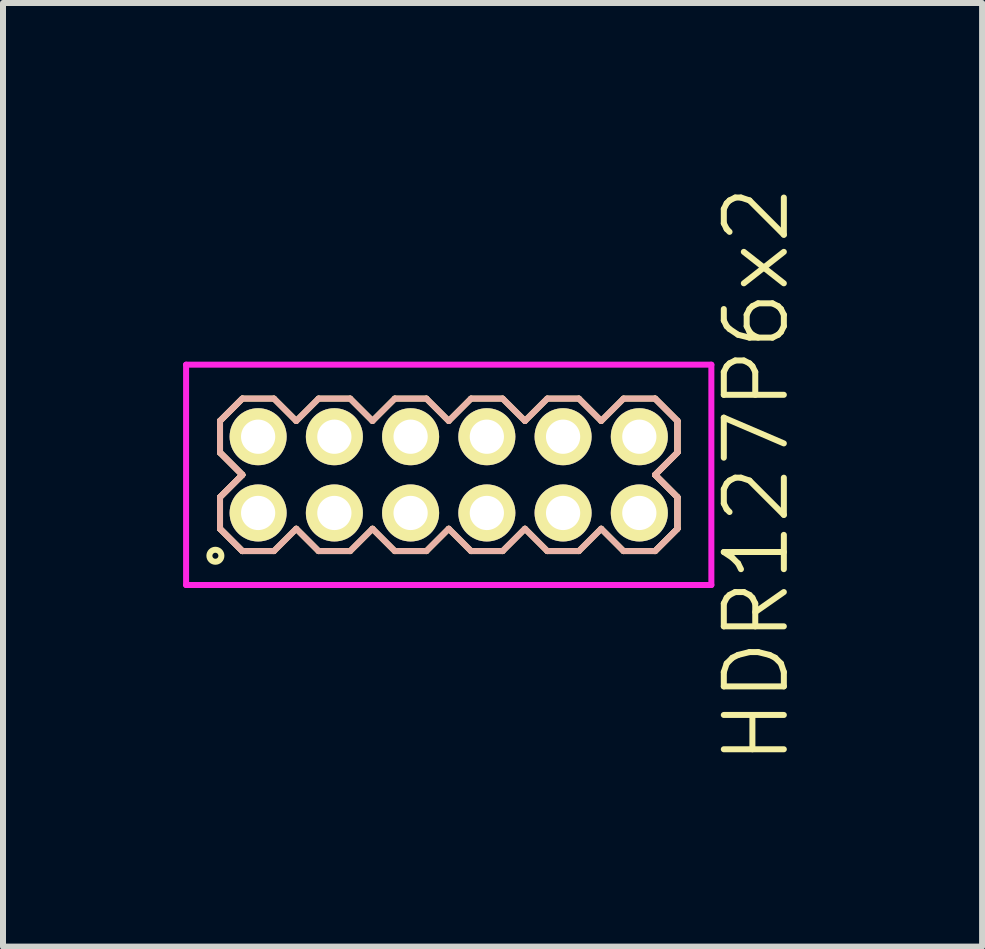
<source format=kicad_pcb>
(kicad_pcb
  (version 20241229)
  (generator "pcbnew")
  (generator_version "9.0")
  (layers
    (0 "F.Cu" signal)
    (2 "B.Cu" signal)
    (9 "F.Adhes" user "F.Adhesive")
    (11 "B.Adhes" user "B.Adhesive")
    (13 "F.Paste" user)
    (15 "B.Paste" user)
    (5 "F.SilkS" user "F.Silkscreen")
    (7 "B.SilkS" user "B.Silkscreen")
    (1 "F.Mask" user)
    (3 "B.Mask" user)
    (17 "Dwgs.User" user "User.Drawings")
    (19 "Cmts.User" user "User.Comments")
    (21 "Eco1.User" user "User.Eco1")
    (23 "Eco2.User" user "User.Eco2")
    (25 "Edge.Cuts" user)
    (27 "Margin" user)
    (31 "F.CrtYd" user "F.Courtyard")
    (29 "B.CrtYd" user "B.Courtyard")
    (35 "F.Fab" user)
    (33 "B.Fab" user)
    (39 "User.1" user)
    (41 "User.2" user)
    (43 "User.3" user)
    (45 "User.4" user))
  (footprint "HDR127P6x2"
    (layer "F.Cu")
    (at 4.425 4.86)
    (property "Reference" "HDR127P6x2" (at 5.125 0 90) (layer "F.SilkS") (effects (font (size 1 1) (thickness 0.1))))
    (attr through_hole)
    (fp_line (start -3.81 -0.898) (end -3.438 -1.27) (stroke (width 0.1) (type solid)) (layer "F.SilkS"))
    (fp_line (start -3.81 -0.898) (end -3.438 -1.27) (stroke (width 0.1) (type solid)) (layer "F.SilkS"))
    (fp_line (start -3.81 -0.372) (end -3.81 -0.898) (stroke (width 0.1) (type solid)) (layer "F.SilkS"))
    (fp_line (start -3.81 -0.372) (end -3.81 -0.898) (stroke (width 0.1) (type solid)) (layer "F.SilkS"))
    (fp_line (start -3.81 0.372) (end -3.438 0) (stroke (width 0.1) (type solid)) (layer "F.SilkS"))
    (fp_line (start -3.81 0.372) (end -3.438 0) (stroke (width 0.1) (type solid)) (layer "F.SilkS"))
    (fp_line (start -3.81 0.898) (end -3.81 0.372) (stroke (width 0.1) (type solid)) (layer "F.SilkS"))
    (fp_line (start -3.81 0.898) (end -3.81 0.372) (stroke (width 0.1) (type solid)) (layer "F.SilkS"))
    (fp_line (start -3.438 -1.27) (end -2.912 -1.27) (stroke (width 0.1) (type solid)) (layer "F.SilkS"))
    (fp_line (start -3.438 0) (end -3.81 -0.372) (stroke (width 0.1) (type solid)) (layer "F.SilkS"))
    (fp_line (start -3.438 0) (end -3.81 -0.372) (stroke (width 0.1) (type solid)) (layer "F.SilkS"))
    (fp_line (start -3.438 1.27) (end -3.81 0.898) (stroke (width 0.1) (type solid)) (layer "F.SilkS"))
    (fp_line (start -3.438 1.27) (end -3.81 0.898) (stroke (width 0.1) (type solid)) (layer "F.SilkS"))
    (fp_line (start -2.912 -1.27) (end -2.54 -0.898) (stroke (width 0.1) (type solid)) (layer "F.SilkS"))
    (fp_line (start -2.912 1.27) (end -3.438 1.27) (stroke (width 0.1) (type solid)) (layer "F.SilkS"))
    (fp_line (start -2.54 -0.898) (end -2.168 -1.27) (stroke (width 0.1) (type solid)) (layer "F.SilkS"))
    (fp_line (start -2.54 0.898) (end -2.912 1.27) (stroke (width 0.1) (type solid)) (layer "F.SilkS"))
    (fp_line (start -2.168 -1.27) (end -1.642 -1.27) (stroke (width 0.1) (type solid)) (layer "F.SilkS"))
    (fp_line (start -2.168 1.27) (end -2.54 0.898) (stroke (width 0.1) (type solid)) (layer "F.SilkS"))
    (fp_line (start -1.642 -1.27) (end -1.27 -0.898) (stroke (width 0.1) (type solid)) (layer "F.SilkS"))
    (fp_line (start -1.642 1.27) (end -2.168 1.27) (stroke (width 0.1) (type solid)) (layer "F.SilkS"))
    (fp_line (start -1.27 -0.898) (end -0.898 -1.27) (stroke (width 0.1) (type solid)) (layer "F.SilkS"))
    (fp_line (start -1.27 0.898) (end -1.642 1.27) (stroke (width 0.1) (type solid)) (layer "F.SilkS"))
    (fp_line (start -0.898 -1.27) (end -0.372 -1.27) (stroke (width 0.1) (type solid)) (layer "F.SilkS"))
    (fp_line (start -0.898 1.27) (end -1.27 0.898) (stroke (width 0.1) (type solid)) (layer "F.SilkS"))
    (fp_line (start -0.372 -1.27) (end 0 -0.898) (stroke (width 0.1) (type solid)) (layer "F.SilkS"))
    (fp_line (start -0.372 1.27) (end -0.898 1.27) (stroke (width 0.1) (type solid)) (layer "F.SilkS"))
    (fp_line (start 0 -0.898) (end 0.372 -1.27) (stroke (width 0.1) (type solid)) (layer "F.SilkS"))
    (fp_line (start 0 0.898) (end -0.372 1.27) (stroke (width 0.1) (type solid)) (layer "F.SilkS"))
    (fp_line (start 0.372 -1.27) (end 0.898 -1.27) (stroke (width 0.1) (type solid)) (layer "F.SilkS"))
    (fp_line (start 0.372 1.27) (end 0 0.898) (stroke (width 0.1) (type solid)) (layer "F.SilkS"))
    (fp_line (start 0.898 -1.27) (end 1.27 -0.898) (stroke (width 0.1) (type solid)) (layer "F.SilkS"))
    (fp_line (start 0.898 1.27) (end 0.372 1.27) (stroke (width 0.1) (type solid)) (layer "F.SilkS"))
    (fp_line (start 1.27 -0.898) (end 1.642 -1.27) (stroke (width 0.1) (type solid)) (layer "F.SilkS"))
    (fp_line (start 1.27 0.898) (end 0.898 1.27) (stroke (width 0.1) (type solid)) (layer "F.SilkS"))
    (fp_line (start 1.642 -1.27) (end 2.168 -1.27) (stroke (width 0.1) (type solid)) (layer "F.SilkS"))
    (fp_line (start 1.642 1.27) (end 1.27 0.898) (stroke (width 0.1) (type solid)) (layer "F.SilkS"))
    (fp_line (start 2.168 -1.27) (end 2.54 -0.898) (stroke (width 0.1) (type solid)) (layer "F.SilkS"))
    (fp_line (start 2.168 1.27) (end 1.642 1.27) (stroke (width 0.1) (type solid)) (layer "F.SilkS"))
    (fp_line (start 2.54 -0.898) (end 2.912 -1.27) (stroke (width 0.1) (type solid)) (layer "F.SilkS"))
    (fp_line (start 2.54 0.898) (end 2.168 1.27) (stroke (width 0.1) (type solid)) (layer "F.SilkS"))
    (fp_line (start 2.912 -1.27) (end 3.438 -1.27) (stroke (width 0.1) (type solid)) (layer "F.SilkS"))
    (fp_line (start 2.912 1.27) (end 2.54 0.898) (stroke (width 0.1) (type solid)) (layer "F.SilkS"))
    (fp_line (start 3.438 -1.27) (end 3.81 -0.898) (stroke (width 0.1) (type solid)) (layer "F.SilkS"))
    (fp_line (start 3.438 -1.27) (end 3.81 -0.898) (stroke (width 0.1) (type solid)) (layer "F.SilkS"))
    (fp_line (start 3.438 0) (end 3.81 0.372) (stroke (width 0.1) (type solid)) (layer "F.SilkS"))
    (fp_line (start 3.438 0) (end 3.81 0.372) (stroke (width 0.1) (type solid)) (layer "F.SilkS"))
    (fp_line (start 3.438 1.27) (end 2.912 1.27) (stroke (width 0.1) (type solid)) (layer "F.SilkS"))
    (fp_line (start 3.81 -0.898) (end 3.81 -0.372) (stroke (width 0.1) (type solid)) (layer "F.SilkS"))
    (fp_line (start 3.81 -0.898) (end 3.81 -0.372) (stroke (width 0.1) (type solid)) (layer "F.SilkS"))
    (fp_line (start 3.81 -0.372) (end 3.438 0) (stroke (width 0.1) (type solid)) (layer "F.SilkS"))
    (fp_line (start 3.81 -0.372) (end 3.438 0) (stroke (width 0.1) (type solid)) (layer "F.SilkS"))
    (fp_line (start 3.81 0.372) (end 3.81 0.898) (stroke (width 0.1) (type solid)) (layer "F.SilkS"))
    (fp_line (start 3.81 0.372) (end 3.81 0.898) (stroke (width 0.1) (type solid)) (layer "F.SilkS"))
    (fp_line (start 3.81 0.898) (end 3.438 1.27) (stroke (width 0.1) (type solid)) (layer "F.SilkS"))
    (fp_line (start 3.81 0.898) (end 3.438 1.27) (stroke (width 0.1) (type solid)) (layer "F.SilkS"))
    (fp_circle (center -3.887 1.348) (end -3.787 1.348) (stroke (width 0.1) (type solid)) (fill no) (layer "F.SilkS"))
    (fp_line (start -3.81 -0.898) (end -3.438 -1.27) (stroke (width 0.1) (type solid)) (layer "B.SilkS"))
    (fp_line (start -3.81 -0.898) (end -3.438 -1.27) (stroke (width 0.1) (type solid)) (layer "B.SilkS"))
    (fp_line (start -3.81 -0.372) (end -3.81 -0.898) (stroke (width 0.1) (type solid)) (layer "B.SilkS"))
    (fp_line (start -3.81 -0.372) (end -3.81 -0.898) (stroke (width 0.1) (type solid)) (layer "B.SilkS"))
    (fp_line (start -3.81 0.372) (end -3.438 0) (stroke (width 0.1) (type solid)) (layer "B.SilkS"))
    (fp_line (start -3.81 0.372) (end -3.438 0) (stroke (width 0.1) (type solid)) (layer "B.SilkS"))
    (fp_line (start -3.81 0.898) (end -3.81 0.372) (stroke (width 0.1) (type solid)) (layer "B.SilkS"))
    (fp_line (start -3.81 0.898) (end -3.81 0.372) (stroke (width 0.1) (type solid)) (layer "B.SilkS"))
    (fp_line (start -3.438 -1.27) (end -2.912 -1.27) (stroke (width 0.1) (type solid)) (layer "B.SilkS"))
    (fp_line (start -3.438 0) (end -3.81 -0.372) (stroke (width 0.1) (type solid)) (layer "B.SilkS"))
    (fp_line (start -3.438 0) (end -3.81 -0.372) (stroke (width 0.1) (type solid)) (layer "B.SilkS"))
    (fp_line (start -3.438 1.27) (end -3.81 0.898) (stroke (width 0.1) (type solid)) (layer "B.SilkS"))
    (fp_line (start -3.438 1.27) (end -3.81 0.898) (stroke (width 0.1) (type solid)) (layer "B.SilkS"))
    (fp_line (start -2.912 -1.27) (end -2.54 -0.898) (stroke (width 0.1) (type solid)) (layer "B.SilkS"))
    (fp_line (start -2.912 1.27) (end -3.438 1.27) (stroke (width 0.1) (type solid)) (layer "B.SilkS"))
    (fp_line (start -2.54 -0.898) (end -2.168 -1.27) (stroke (width 0.1) (type solid)) (layer "B.SilkS"))
    (fp_line (start -2.54 0.898) (end -2.912 1.27) (stroke (width 0.1) (type solid)) (layer "B.SilkS"))
    (fp_line (start -2.168 -1.27) (end -1.642 -1.27) (stroke (width 0.1) (type solid)) (layer "B.SilkS"))
    (fp_line (start -2.168 1.27) (end -2.54 0.898) (stroke (width 0.1) (type solid)) (layer "B.SilkS"))
    (fp_line (start -1.642 -1.27) (end -1.27 -0.898) (stroke (width 0.1) (type solid)) (layer "B.SilkS"))
    (fp_line (start -1.642 1.27) (end -2.168 1.27) (stroke (width 0.1) (type solid)) (layer "B.SilkS"))
    (fp_line (start -1.27 -0.898) (end -0.898 -1.27) (stroke (width 0.1) (type solid)) (layer "B.SilkS"))
    (fp_line (start -1.27 0.898) (end -1.642 1.27) (stroke (width 0.1) (type solid)) (layer "B.SilkS"))
    (fp_line (start -0.898 -1.27) (end -0.372 -1.27) (stroke (width 0.1) (type solid)) (layer "B.SilkS"))
    (fp_line (start -0.898 1.27) (end -1.27 0.898) (stroke (width 0.1) (type solid)) (layer "B.SilkS"))
    (fp_line (start -0.372 -1.27) (end 0 -0.898) (stroke (width 0.1) (type solid)) (layer "B.SilkS"))
    (fp_line (start -0.372 1.27) (end -0.898 1.27) (stroke (width 0.1) (type solid)) (layer "B.SilkS"))
    (fp_line (start 0 -0.898) (end 0.372 -1.27) (stroke (width 0.1) (type solid)) (layer "B.SilkS"))
    (fp_line (start 0 0.898) (end -0.372 1.27) (stroke (width 0.1) (type solid)) (layer "B.SilkS"))
    (fp_line (start 0.372 -1.27) (end 0.898 -1.27) (stroke (width 0.1) (type solid)) (layer "B.SilkS"))
    (fp_line (start 0.372 1.27) (end 0 0.898) (stroke (width 0.1) (type solid)) (layer "B.SilkS"))
    (fp_line (start 0.898 -1.27) (end 1.27 -0.898) (stroke (width 0.1) (type solid)) (layer "B.SilkS"))
    (fp_line (start 0.898 1.27) (end 0.372 1.27) (stroke (width 0.1) (type solid)) (layer "B.SilkS"))
    (fp_line (start 1.27 -0.898) (end 1.642 -1.27) (stroke (width 0.1) (type solid)) (layer "B.SilkS"))
    (fp_line (start 1.27 0.898) (end 0.898 1.27) (stroke (width 0.1) (type solid)) (layer "B.SilkS"))
    (fp_line (start 1.642 -1.27) (end 2.168 -1.27) (stroke (width 0.1) (type solid)) (layer "B.SilkS"))
    (fp_line (start 1.642 1.27) (end 1.27 0.898) (stroke (width 0.1) (type solid)) (layer "B.SilkS"))
    (fp_line (start 2.168 -1.27) (end 2.54 -0.898) (stroke (width 0.1) (type solid)) (layer "B.SilkS"))
    (fp_line (start 2.168 1.27) (end 1.642 1.27) (stroke (width 0.1) (type solid)) (layer "B.SilkS"))
    (fp_line (start 2.54 -0.898) (end 2.912 -1.27) (stroke (width 0.1) (type solid)) (layer "B.SilkS"))
    (fp_line (start 2.54 0.898) (end 2.168 1.27) (stroke (width 0.1) (type solid)) (layer "B.SilkS"))
    (fp_line (start 2.912 -1.27) (end 3.438 -1.27) (stroke (width 0.1) (type solid)) (layer "B.SilkS"))
    (fp_line (start 2.912 1.27) (end 2.54 0.898) (stroke (width 0.1) (type solid)) (layer "B.SilkS"))
    (fp_line (start 3.438 -1.27) (end 3.81 -0.898) (stroke (width 0.1) (type solid)) (layer "B.SilkS"))
    (fp_line (start 3.438 -1.27) (end 3.81 -0.898) (stroke (width 0.1) (type solid)) (layer "B.SilkS"))
    (fp_line (start 3.438 0) (end 3.81 0.372) (stroke (width 0.1) (type solid)) (layer "B.SilkS"))
    (fp_line (start 3.438 0) (end 3.81 0.372) (stroke (width 0.1) (type solid)) (layer "B.SilkS"))
    (fp_line (start 3.438 1.27) (end 2.912 1.27) (stroke (width 0.1) (type solid)) (layer "B.SilkS"))
    (fp_line (start 3.81 -0.898) (end 3.81 -0.372) (stroke (width 0.1) (type solid)) (layer "B.SilkS"))
    (fp_line (start 3.81 -0.898) (end 3.81 -0.372) (stroke (width 0.1) (type solid)) (layer "B.SilkS"))
    (fp_line (start 3.81 -0.372) (end 3.438 0) (stroke (width 0.1) (type solid)) (layer "B.SilkS"))
    (fp_line (start 3.81 -0.372) (end 3.438 0) (stroke (width 0.1) (type solid)) (layer "B.SilkS"))
    (fp_line (start 3.81 0.372) (end 3.81 0.898) (stroke (width 0.1) (type solid)) (layer "B.SilkS"))
    (fp_line (start 3.81 0.372) (end 3.81 0.898) (stroke (width 0.1) (type solid)) (layer "B.SilkS"))
    (fp_line (start 3.81 0.898) (end 3.438 1.27) (stroke (width 0.1) (type solid)) (layer "B.SilkS"))
    (fp_line (start 3.81 0.898) (end 3.438 1.27) (stroke (width 0.1) (type solid)) (layer "B.SilkS"))
    (fp_line (start -4.375 -1.835) (end -4.375 1.835) (stroke (width 0.1) (type solid)) (layer "F.CrtYd"))
    (fp_line (start -4.375 1.835) (end 4.375 1.835) (stroke (width 0.1) (type solid)) (layer "F.CrtYd"))
    (fp_line (start 4.375 -1.835) (end -4.375 -1.835) (stroke (width 0.1) (type solid)) (layer "F.CrtYd"))
    (fp_line (start 4.375 1.835) (end 4.375 -1.835) (stroke (width 0.1) (type solid)) (layer "F.CrtYd"))
    (pad "1" thru_hole oval (at -3.175 0.635) (size 0.95 0.95) (drill 0.57) (layers "*.Cu" "*.Mask" "F.SilkS"))
    (pad "2" thru_hole oval (at -3.175 -0.635) (size 0.95 0.95) (drill 0.57) (layers "*.Cu" "*.Mask" "F.SilkS"))
    (pad "3" thru_hole oval (at -1.905 0.635) (size 0.95 0.95) (drill 0.57) (layers "*.Cu" "*.Mask" "F.SilkS"))
    (pad "4" thru_hole oval (at -1.905 -0.635) (size 0.95 0.95) (drill 0.57) (layers "*.Cu" "*.Mask" "F.SilkS"))
    (pad "5" thru_hole oval (at -0.635 0.635) (size 0.95 0.95) (drill 0.57) (layers "*.Cu" "*.Mask" "F.SilkS"))
    (pad "6" thru_hole oval (at -0.635 -0.635) (size 0.95 0.95) (drill 0.57) (layers "*.Cu" "*.Mask" "F.SilkS"))
    (pad "7" thru_hole oval (at 0.635 0.635) (size 0.95 0.95) (drill 0.57) (layers "*.Cu" "*.Mask" "F.SilkS"))
    (pad "8" thru_hole oval (at 0.635 -0.635) (size 0.95 0.95) (drill 0.57) (layers "*.Cu" "*.Mask" "F.SilkS"))
    (pad "9" thru_hole oval (at 1.905 0.635) (size 0.95 0.95) (drill 0.57) (layers "*.Cu" "*.Mask" "F.SilkS"))
    (pad "10" thru_hole oval (at 1.905 -0.635) (size 0.95 0.95) (drill 0.57) (layers "*.Cu" "*.Mask" "F.SilkS"))
    (pad "11" thru_hole oval (at 3.175 0.635) (size 0.95 0.95) (drill 0.57) (layers "*.Cu" "*.Mask" "F.SilkS"))
    (pad "12" thru_hole oval (at 3.175 -0.635) (size 0.95 0.95) (drill 0.57) (layers "*.Cu" "*.Mask" "F.SilkS")))
  (gr_rect
    (start -3 -3)
    (end 13.31 12.719)
    (stroke (width 0.1) (type default))
    (fill no)
    (layer "Edge.Cuts")))
</source>
